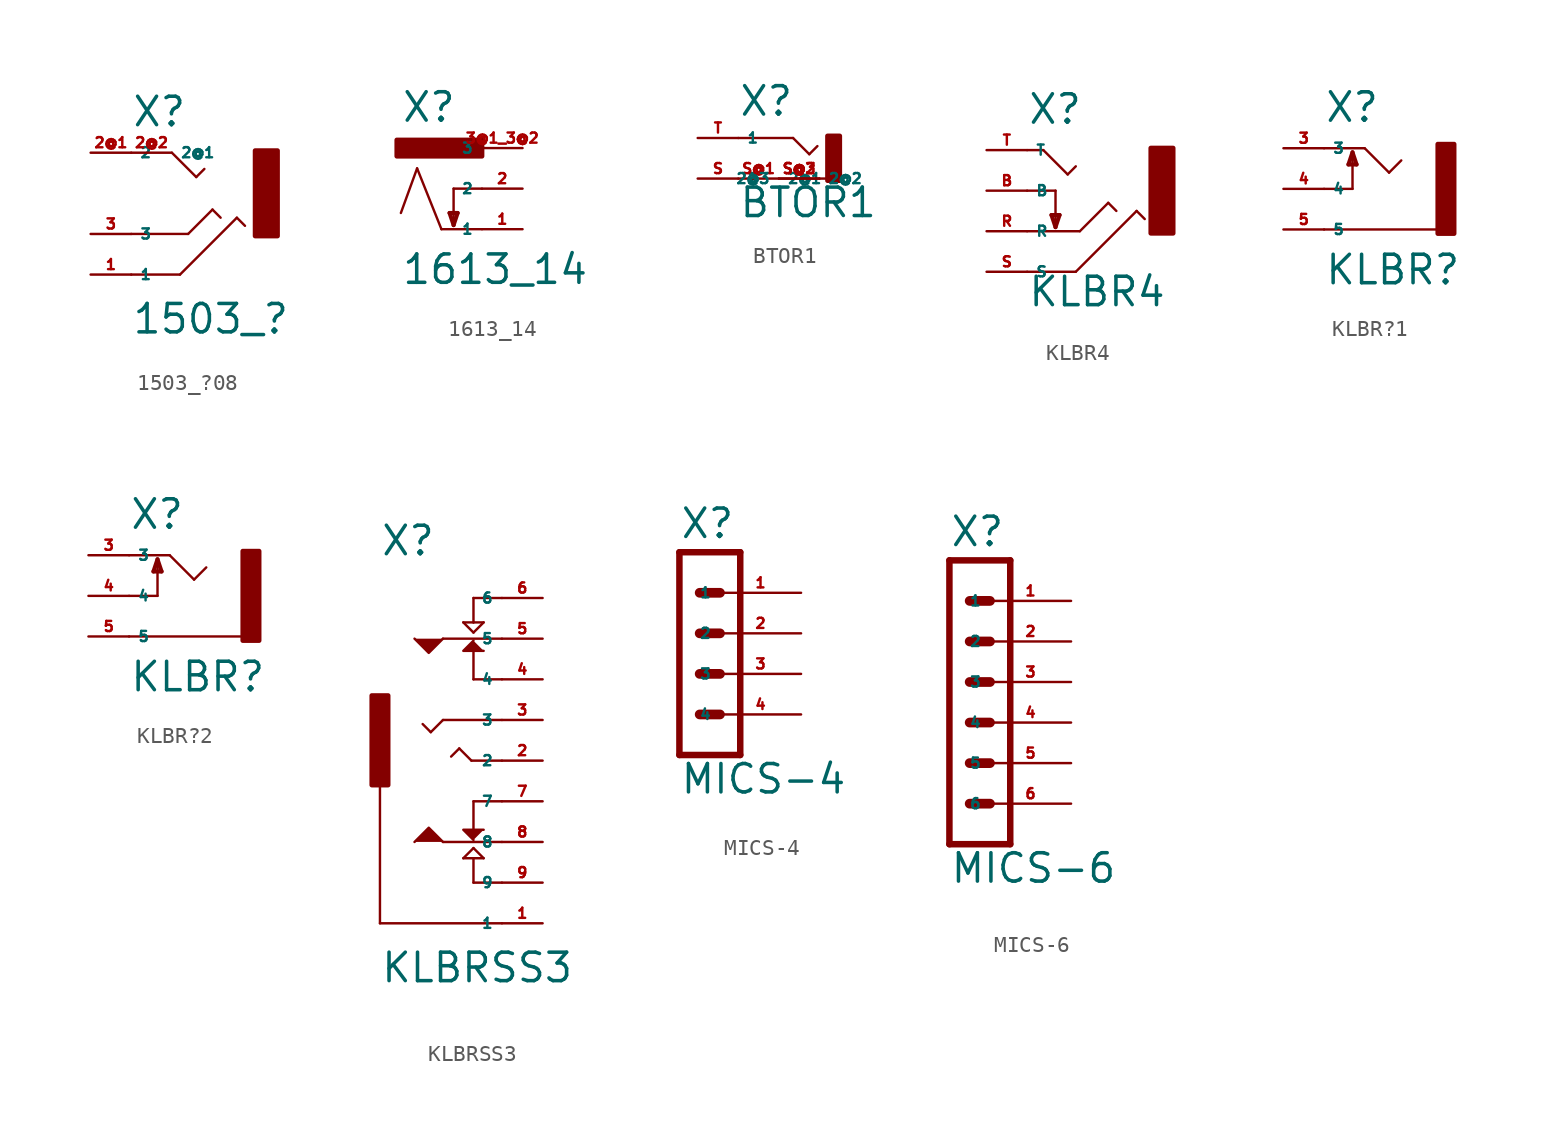
<source format=kicad_sym>
(kicad_symbol_lib
  (version 20220914)
  (generator Eagle2Kicad)
  (symbol "1503_?08"
    (property "Reference" "X"
      (at -2.54 4.064 0)
      (effects (font (size 1.778 1.778) (thickness 0.22)) (justify left bottom)))
    (property "Value" "1503_?"
      (at -2.54 -8.89 0)
      (effects (font (size 1.778 1.778) (thickness 0.22)) (justify left bottom)))
    (polyline
      (pts (xy 0 2.54) (xy 1.524 1.016))
      (stroke (width 0.152) (type default))
      (fill (type none)))
    (polyline
      (pts (xy 1.524 1.016) (xy 2.032 1.524))
      (stroke (width 0.152) (type default))
      (fill (type none)))
    (polyline
      (pts (xy -2.54 -5.08) (xy 0.508 -5.08))
      (stroke (width 0.152) (type default))
      (fill (type none)))
    (polyline
      (pts (xy 0.508 -5.08) (xy 4.064 -1.524))
      (stroke (width 0.152) (type default))
      (fill (type none)))
    (polyline
      (pts (xy 4.064 -1.524) (xy 4.572 -2.032))
      (stroke (width 0.152) (type default))
      (fill (type none)))
    (polyline
      (pts (xy -2.54 -2.54) (xy 1.016 -2.54))
      (stroke (width 0.152) (type default))
      (fill (type none)))
    (polyline
      (pts (xy 1.016 -2.54) (xy 2.54 -1.016))
      (stroke (width 0.152) (type default))
      (fill (type none)))
    (polyline
      (pts (xy 2.54 -1.016) (xy 3.048 -1.524))
      (stroke (width 0.152) (type default))
      (fill (type none)))
    (rectangle
      (start 5.207 -2.667)
      (end 6.604 2.667)
      (stroke (width 0.3) (type default))
      (fill (type outline)))
    (pin passive line
      (at -5.08 -5.08 0)
      (length 2.54)
      (name "1" (effects (font (size 0.635 0.635) (thickness 0.08)) (justify left bottom)))
      (number "1" (effects (font (size 0.635 0.635) (thickness 0.08)) (justify left bottom))))
    (pin passive line
      (at -5.08 2.54 0)
      (length 2.54)
      (name "2" (effects (font (size 0.635 0.635) (thickness 0.08)) (justify left bottom)))
      (number "2@1" (effects (font (size 0.635 0.635) (thickness 0.08)) (justify left bottom))))
    (pin passive line
      (at -5.08 -2.54 0)
      (length 2.54)
      (name "3" (effects (font (size 0.635 0.635) (thickness 0.08)) (justify left bottom)))
      (number "3" (effects (font (size 0.635 0.635) (thickness 0.08)) (justify left bottom))))
    (pin passive line
      (at -2.54 2.54 0)
      (length 2.54)
      (name "2@1" (effects (font (size 0.635 0.635) (thickness 0.08)) (justify left bottom)))
      (number "2@2" (effects (font (size 0.635 0.635) (thickness 0.08)) (justify left bottom)))))
  (symbol "1613_14"
    (property "Reference" "X"
      (at -2.54 4.064 0)
      (effects (font (size 1.778 1.778) (thickness 0.22)) (justify left bottom)))
    (property "Value" "1613_14"
      (at -2.54 -6.096 0)
      (effects (font (size 1.778 1.778) (thickness 0.22)) (justify left bottom)))
    (polyline
      (pts (xy 2.54 -2.54) (xy 0 -2.54))
      (stroke (width 0.152) (type default))
      (fill (type none)))
    (polyline
      (pts (xy 0 -2.54) (xy -1.524 1.27))
      (stroke (width 0.152) (type default))
      (fill (type none)))
    (polyline
      (pts (xy -1.524 1.27) (xy -2.54 -1.524))
      (stroke (width 0.152) (type default))
      (fill (type none)))
    (polyline
      (pts (xy 2.54 0) (xy 0.762 0))
      (stroke (width 0.152) (type default))
      (fill (type none)))
    (polyline
      (pts (xy 0.762 0) (xy 0.762 -2.286))
      (stroke (width 0.152) (type default))
      (fill (type none)))
    (polyline
      (pts (xy 0.762 -2.286) (xy 1.016 -1.524))
      (stroke (width 0.254) (type default))
      (fill (type none)))
    (polyline
      (pts (xy 1.016 -1.524) (xy 0.508 -1.524))
      (stroke (width 0.254) (type default))
      (fill (type none)))
    (polyline
      (pts (xy 0.508 -1.524) (xy 0.762 -2.286))
      (stroke (width 0.254) (type default))
      (fill (type none)))
    (rectangle
      (start -2.794 2.032)
      (end 2.54 3.048)
      (stroke (width 0.3) (type default))
      (fill (type outline)))
    (pin passive line
      (at 5.08 2.54 180)
      (length 2.54)
      (name "3" (effects (font (size 0.635 0.635) (thickness 0.08)) (justify left bottom)))
      (number "3@1 3@2" (effects (font (size 0.635 0.635) (thickness 0.08)) (justify left bottom))))
    (pin passive line
      (at 5.08 -2.54 180)
      (length 2.54)
      (name "1" (effects (font (size 0.635 0.635) (thickness 0.08)) (justify left bottom)))
      (number "1" (effects (font (size 0.635 0.635) (thickness 0.08)) (justify left bottom))))
    (pin passive line
      (at 5.08 0 180)
      (length 2.54)
      (name "2" (effects (font (size 0.635 0.635) (thickness 0.08)) (justify left bottom)))
      (number "2" (effects (font (size 0.635 0.635) (thickness 0.08)) (justify left bottom)))))
  (symbol "BTOR1"
    (property "Reference" "X"
      (at 0 1.27 0)
      (effects (font (size 1.778 1.778) (thickness 0.22)) (justify left bottom)))
    (property "Value" "BTOR1"
      (at 0 -5.08 0)
      (effects (font (size 1.778 1.778) (thickness 0.22)) (justify left bottom)))
    (polyline
      (pts (xy 0 0) (xy 3.429 0))
      (stroke (width 0.152) (type default))
      (fill (type none)))
    (polyline
      (pts (xy 3.429 0) (xy 4.445 -1.016))
      (stroke (width 0.152) (type default))
      (fill (type none)))
    (polyline
      (pts (xy 4.445 -1.016) (xy 4.953 -0.508))
      (stroke (width 0.152) (type default))
      (fill (type none)))
    (polyline
      (pts (xy 5.08 -2.54) (xy 6.223 -2.54))
      (stroke (width 0.152) (type default))
      (fill (type none)))
    (rectangle
      (start 5.588 -2.667)
      (end 6.35 0.127)
      (stroke (width 0.3) (type default))
      (fill (type outline)))
    (pin passive line
      (at -2.54 0 0)
      (length 2.54)
      (name "1" (effects (font (size 0.635 0.635) (thickness 0.08)) (justify left bottom)))
      (number "T" (effects (font (size 0.635 0.635) (thickness 0.08)) (justify left bottom))))
    (pin passive line
      (at -2.54 -2.54 0)
      (length 2.54)
      (name "2" (effects (font (size 0.635 0.635) (thickness 0.08)) (justify left bottom)))
      (number "S" (effects (font (size 0.635 0.635) (thickness 0.08)) (justify left bottom))))
    (pin passive line
      (at 0 -2.54 0)
      (length 2.54)
      (name "2@1" (effects (font (size 0.635 0.635) (thickness 0.08)) (justify left bottom)))
      (number "S@1" (effects (font (size 0.635 0.635) (thickness 0.08)) (justify left bottom))))
    (pin passive line
      (at 2.54 -2.54 0)
      (length 2.54)
      (name "2@2" (effects (font (size 0.635 0.635) (thickness 0.08)) (justify left bottom)))
      (number "S@2" (effects (font (size 0.635 0.635) (thickness 0.08)) (justify left bottom))))
    (pin passive line
      (at 5.08 -2.54 180)
      (length 2.54)
      (name "2@3" (effects (font (size 0.635 0.635) (thickness 0.08)) (justify left bottom)))
      (number "S@3" (effects (font (size 0.635 0.635) (thickness 0.08)) (justify left bottom)))))
  (symbol "KLBR4"
    (property "Reference" "X"
      (at -2.54 4.064 0)
      (effects (font (size 1.778 1.778) (thickness 0.22)) (justify left bottom)))
    (property "Value" "KLBR4"
      (at -2.54 -7.366 0)
      (effects (font (size 1.778 1.778) (thickness 0.22)) (justify left bottom)))
    (polyline
      (pts (xy -2.54 2.54) (xy -1.524 2.54))
      (stroke (width 0.152) (type default))
      (fill (type none)))
    (polyline
      (pts (xy -1.524 2.54) (xy 0 1.016))
      (stroke (width 0.152) (type default))
      (fill (type none)))
    (polyline
      (pts (xy 0 1.016) (xy 0.508 1.524))
      (stroke (width 0.152) (type default))
      (fill (type none)))
    (polyline
      (pts (xy -2.54 -5.08) (xy 0.508 -5.08))
      (stroke (width 0.152) (type default))
      (fill (type none)))
    (polyline
      (pts (xy 0.508 -5.08) (xy 4.318 -1.27))
      (stroke (width 0.152) (type default))
      (fill (type none)))
    (polyline
      (pts (xy 4.318 -1.27) (xy 4.826 -1.778))
      (stroke (width 0.152) (type default))
      (fill (type none)))
    (polyline
      (pts (xy -2.54 -2.54) (xy 0.762 -2.54))
      (stroke (width 0.152) (type default))
      (fill (type none)))
    (polyline
      (pts (xy 0.762 -2.54) (xy 2.54 -0.762))
      (stroke (width 0.152) (type default))
      (fill (type none)))
    (polyline
      (pts (xy 2.54 -0.762) (xy 3.048 -1.27))
      (stroke (width 0.152) (type default))
      (fill (type none)))
    (polyline
      (pts (xy -2.54 0) (xy -0.762 0))
      (stroke (width 0.152) (type default))
      (fill (type none)))
    (polyline
      (pts (xy -0.762 0) (xy -0.762 -2.286))
      (stroke (width 0.152) (type default))
      (fill (type none)))
    (polyline
      (pts (xy -0.762 -2.286) (xy -1.016 -1.524))
      (stroke (width 0.254) (type default))
      (fill (type none)))
    (polyline
      (pts (xy -1.016 -1.524) (xy -0.508 -1.524))
      (stroke (width 0.254) (type default))
      (fill (type none)))
    (polyline
      (pts (xy -0.508 -1.524) (xy -0.762 -2.286))
      (stroke (width 0.254) (type default))
      (fill (type none)))
    (rectangle
      (start 5.207 -2.667)
      (end 6.604 2.667)
      (stroke (width 0.3) (type default))
      (fill (type outline)))
    (pin passive line
      (at -5.08 -5.08 0)
      (length 2.54)
      (name "S" (effects (font (size 0.635 0.635) (thickness 0.08)) (justify left bottom)))
      (number "S" (effects (font (size 0.635 0.635) (thickness 0.08)) (justify left bottom))))
    (pin passive line
      (at -5.08 2.54 0)
      (length 2.54)
      (name "T" (effects (font (size 0.635 0.635) (thickness 0.08)) (justify left bottom)))
      (number "T" (effects (font (size 0.635 0.635) (thickness 0.08)) (justify left bottom))))
    (pin passive line
      (at -5.08 -2.54 0)
      (length 2.54)
      (name "R" (effects (font (size 0.635 0.635) (thickness 0.08)) (justify left bottom)))
      (number "R" (effects (font (size 0.635 0.635) (thickness 0.08)) (justify left bottom))))
    (pin passive line
      (at -5.08 0 0)
      (length 2.54)
      (name "B" (effects (font (size 0.635 0.635) (thickness 0.08)) (justify left bottom)))
      (number "B" (effects (font (size 0.635 0.635) (thickness 0.08)) (justify left bottom)))))
  (symbol "KLBR?1"
    (property "Reference" "X"
      (at -2.54 4.064 0)
      (effects (font (size 1.778 1.778) (thickness 0.22)) (justify left bottom)))
    (property "Value" "KLBR?"
      (at -2.54 -6.096 0)
      (effects (font (size 1.778 1.778) (thickness 0.22)) (justify left bottom)))
    (polyline
      (pts (xy -2.54 2.54) (xy 0 2.54))
      (stroke (width 0.152) (type default))
      (fill (type none)))
    (polyline
      (pts (xy 0 2.54) (xy 1.524 1.016))
      (stroke (width 0.152) (type default))
      (fill (type none)))
    (polyline
      (pts (xy 1.524 1.016) (xy 2.286 1.778))
      (stroke (width 0.152) (type default))
      (fill (type none)))
    (polyline
      (pts (xy -2.54 0) (xy -0.762 0))
      (stroke (width 0.152) (type default))
      (fill (type none)))
    (polyline
      (pts (xy -0.762 0) (xy -0.762 2.286))
      (stroke (width 0.152) (type default))
      (fill (type none)))
    (polyline
      (pts (xy -0.762 2.286) (xy -1.016 1.524))
      (stroke (width 0.254) (type default))
      (fill (type none)))
    (polyline
      (pts (xy -1.016 1.524) (xy -0.508 1.524))
      (stroke (width 0.254) (type default))
      (fill (type none)))
    (polyline
      (pts (xy -0.508 1.524) (xy -0.762 2.286))
      (stroke (width 0.254) (type default))
      (fill (type none)))
    (polyline
      (pts (xy -2.54 -2.54) (xy 4.572 -2.54))
      (stroke (width 0.152) (type default))
      (fill (type none)))
    (rectangle
      (start 4.572 2.794)
      (end 5.588 -2.794)
      (stroke (width 0.3) (type default))
      (fill (type outline)))
    (pin passive line
      (at -5.08 -2.54 0)
      (length 2.54)
      (name "5" (effects (font (size 0.635 0.635) (thickness 0.08)) (justify left bottom)))
      (number "5" (effects (font (size 0.635 0.635) (thickness 0.08)) (justify left bottom))))
    (pin passive line
      (at -5.08 2.54 0)
      (length 2.54)
      (name "3" (effects (font (size 0.635 0.635) (thickness 0.08)) (justify left bottom)))
      (number "3" (effects (font (size 0.635 0.635) (thickness 0.08)) (justify left bottom))))
    (pin passive line
      (at -5.08 0 0)
      (length 2.54)
      (name "4" (effects (font (size 0.635 0.635) (thickness 0.08)) (justify left bottom)))
      (number "4" (effects (font (size 0.635 0.635) (thickness 0.08)) (justify left bottom)))))
  (symbol "KLBR?2"
    (property "Reference" "X"
      (at -2.54 4.064 0)
      (effects (font (size 1.778 1.778) (thickness 0.22)) (justify left bottom)))
    (property "Value" "KLBR?"
      (at -2.54 -6.096 0)
      (effects (font (size 1.778 1.778) (thickness 0.22)) (justify left bottom)))
    (polyline
      (pts (xy -2.54 2.54) (xy 0 2.54))
      (stroke (width 0.152) (type default))
      (fill (type none)))
    (polyline
      (pts (xy 0 2.54) (xy 1.524 1.016))
      (stroke (width 0.152) (type default))
      (fill (type none)))
    (polyline
      (pts (xy 1.524 1.016) (xy 2.286 1.778))
      (stroke (width 0.152) (type default))
      (fill (type none)))
    (polyline
      (pts (xy -2.54 0) (xy -0.762 0))
      (stroke (width 0.152) (type default))
      (fill (type none)))
    (polyline
      (pts (xy -0.762 0) (xy -0.762 2.286))
      (stroke (width 0.152) (type default))
      (fill (type none)))
    (polyline
      (pts (xy -0.762 2.286) (xy -1.016 1.524))
      (stroke (width 0.254) (type default))
      (fill (type none)))
    (polyline
      (pts (xy -1.016 1.524) (xy -0.508 1.524))
      (stroke (width 0.254) (type default))
      (fill (type none)))
    (polyline
      (pts (xy -0.508 1.524) (xy -0.762 2.286))
      (stroke (width 0.254) (type default))
      (fill (type none)))
    (polyline
      (pts (xy -2.54 -2.54) (xy 4.572 -2.54))
      (stroke (width 0.152) (type default))
      (fill (type none)))
    (rectangle
      (start 4.572 2.794)
      (end 5.588 -2.794)
      (stroke (width 0.3) (type default))
      (fill (type outline)))
    (pin passive line
      (at -5.08 -2.54 0)
      (length 2.54)
      (name "5" (effects (font (size 0.635 0.635) (thickness 0.08)) (justify left bottom)))
      (number "5" (effects (font (size 0.635 0.635) (thickness 0.08)) (justify left bottom))))
    (pin passive line
      (at -5.08 2.54 0)
      (length 2.54)
      (name "3" (effects (font (size 0.635 0.635) (thickness 0.08)) (justify left bottom)))
      (number "3" (effects (font (size 0.635 0.635) (thickness 0.08)) (justify left bottom))))
    (pin passive line
      (at -5.08 0 0)
      (length 2.54)
      (name "4" (effects (font (size 0.635 0.635) (thickness 0.08)) (justify left bottom)))
      (number "4" (effects (font (size 0.635 0.635) (thickness 0.08)) (justify left bottom)))))
  (symbol "KLBRSS3"
    (property "Reference" "X"
      (at -5.08 12.7 0)
      (effects (font (size 1.778 1.778) (thickness 0.22)) (justify left bottom)))
    (property "Value" "KLBRSS3"
      (at -5.08 -13.97 0)
      (effects (font (size 1.778 1.778) (thickness 0.22)) (justify left bottom)))
    (polyline
      (pts (xy 0.762 7.493) (xy 0.127 6.858) (xy 1.397 6.858))
      (stroke (width 0.152) (type default))
      (fill (type outline)))
    (polyline
      (pts (xy -1.143 7.62) (xy -2.032 6.731) (xy -2.921 7.62))
      (stroke (width 0.152) (type default))
      (fill (type outline)))
    (polyline
      (pts (xy 0.762 -4.953) (xy 0.127 -4.318) (xy 1.397 -4.318))
      (stroke (width 0.152) (type default))
      (fill (type outline)))
    (polyline
      (pts (xy -1.143 -5.08) (xy -2.032 -4.191) (xy -2.921 -5.08))
      (stroke (width 0.152) (type default))
      (fill (type outline)))
    (polyline
      (pts (xy 2.54 7.62) (xy -1.143 7.62))
      (stroke (width 0.152) (type default))
      (fill (type none)))
    (polyline
      (pts (xy 2.54 5.08) (xy 0.762 5.08))
      (stroke (width 0.152) (type default))
      (fill (type none)))
    (polyline
      (pts (xy 0.762 5.08) (xy 0.762 6.858))
      (stroke (width 0.152) (type default))
      (fill (type none)))
    (polyline
      (pts (xy 2.54 -10.16) (xy -5.08 -10.16))
      (stroke (width 0.152) (type default))
      (fill (type none)))
    (polyline
      (pts (xy -5.08 -10.16) (xy -5.08 -1.27))
      (stroke (width 0.152) (type default))
      (fill (type none)))
    (polyline
      (pts (xy 0.762 8.001) (xy 0.127 8.636))
      (stroke (width 0.152) (type default))
      (fill (type none)))
    (polyline
      (pts (xy 0.127 8.636) (xy 0.762 8.636))
      (stroke (width 0.152) (type default))
      (fill (type none)))
    (polyline
      (pts (xy 0.762 8.636) (xy 1.397 8.636))
      (stroke (width 0.152) (type default))
      (fill (type none)))
    (polyline
      (pts (xy 1.397 8.636) (xy 0.762 8.001))
      (stroke (width 0.152) (type default))
      (fill (type none)))
    (polyline
      (pts (xy 0.762 8.636) (xy 0.762 10.16))
      (stroke (width 0.152) (type default))
      (fill (type none)))
    (polyline
      (pts (xy 0.762 10.16) (xy 2.54 10.16))
      (stroke (width 0.152) (type default))
      (fill (type none)))
    (polyline
      (pts (xy 2.54 -5.08) (xy -1.143 -5.08))
      (stroke (width 0.152) (type default))
      (fill (type none)))
    (polyline
      (pts (xy 2.54 -2.54) (xy 0.762 -2.54))
      (stroke (width 0.152) (type default))
      (fill (type none)))
    (polyline
      (pts (xy 0.762 -2.54) (xy 0.762 -4.318))
      (stroke (width 0.152) (type default))
      (fill (type none)))
    (polyline
      (pts (xy 0.762 -5.461) (xy 0.127 -6.096))
      (stroke (width 0.152) (type default))
      (fill (type none)))
    (polyline
      (pts (xy 0.127 -6.096) (xy 0.762 -6.096))
      (stroke (width 0.152) (type default))
      (fill (type none)))
    (polyline
      (pts (xy 0.762 -6.096) (xy 1.397 -6.096))
      (stroke (width 0.152) (type default))
      (fill (type none)))
    (polyline
      (pts (xy 1.397 -6.096) (xy 0.762 -5.461))
      (stroke (width 0.152) (type default))
      (fill (type none)))
    (polyline
      (pts (xy 0.762 -6.096) (xy 0.762 -7.62))
      (stroke (width 0.152) (type default))
      (fill (type none)))
    (polyline
      (pts (xy 0.762 -7.62) (xy 2.54 -7.62))
      (stroke (width 0.152) (type default))
      (fill (type none)))
    (polyline
      (pts (xy 2.54 2.54) (xy -1.143 2.54))
      (stroke (width 0.152) (type default))
      (fill (type none)))
    (polyline
      (pts (xy -1.143 2.54) (xy -1.905 1.778))
      (stroke (width 0.152) (type default))
      (fill (type none)))
    (polyline
      (pts (xy -1.905 1.778) (xy -2.413 2.286))
      (stroke (width 0.152) (type default))
      (fill (type none)))
    (polyline
      (pts (xy 2.54 0) (xy 0.635 0))
      (stroke (width 0.152) (type default))
      (fill (type none)))
    (polyline
      (pts (xy 0.635 0) (xy -0.127 0.762))
      (stroke (width 0.152) (type default))
      (fill (type none)))
    (polyline
      (pts (xy -0.127 0.762) (xy -0.635 0.254))
      (stroke (width 0.152) (type default))
      (fill (type none)))
    (rectangle
      (start -5.588 4.064)
      (end -4.572 -1.524)
      (stroke (width 0.3) (type default))
      (fill (type outline)))
    (pin passive line
      (at 5.08 -10.16 180)
      (length 2.54)
      (name "1" (effects (font (size 0.635 0.635) (thickness 0.08)) (justify left bottom)))
      (number "1" (effects (font (size 0.635 0.635) (thickness 0.08)) (justify left bottom))))
    (pin passive line
      (at 5.08 7.62 180)
      (length 2.54)
      (name "5" (effects (font (size 0.635 0.635) (thickness 0.08)) (justify left bottom)))
      (number "5" (effects (font (size 0.635 0.635) (thickness 0.08)) (justify left bottom))))
    (pin passive line
      (at 5.08 5.08 180)
      (length 2.54)
      (name "4" (effects (font (size 0.635 0.635) (thickness 0.08)) (justify left bottom)))
      (number "4" (effects (font (size 0.635 0.635) (thickness 0.08)) (justify left bottom))))
    (pin passive line
      (at 5.08 10.16 180)
      (length 2.54)
      (name "6" (effects (font (size 0.635 0.635) (thickness 0.08)) (justify left bottom)))
      (number "6" (effects (font (size 0.635 0.635) (thickness 0.08)) (justify left bottom))))
    (pin passive line
      (at 5.08 -5.08 180)
      (length 2.54)
      (name "8" (effects (font (size 0.635 0.635) (thickness 0.08)) (justify left bottom)))
      (number "8" (effects (font (size 0.635 0.635) (thickness 0.08)) (justify left bottom))))
    (pin passive line
      (at 5.08 -2.54 180)
      (length 2.54)
      (name "7" (effects (font (size 0.635 0.635) (thickness 0.08)) (justify left bottom)))
      (number "7" (effects (font (size 0.635 0.635) (thickness 0.08)) (justify left bottom))))
    (pin passive line
      (at 5.08 -7.62 180)
      (length 2.54)
      (name "9" (effects (font (size 0.635 0.635) (thickness 0.08)) (justify left bottom)))
      (number "9" (effects (font (size 0.635 0.635) (thickness 0.08)) (justify left bottom))))
    (pin passive line
      (at 5.08 2.54 180)
      (length 2.54)
      (name "3" (effects (font (size 0.635 0.635) (thickness 0.08)) (justify left bottom)))
      (number "3" (effects (font (size 0.635 0.635) (thickness 0.08)) (justify left bottom))))
    (pin passive line
      (at 5.08 0 180)
      (length 2.54)
      (name "2" (effects (font (size 0.635 0.635) (thickness 0.08)) (justify left bottom)))
      (number "2" (effects (font (size 0.635 0.635) (thickness 0.08)) (justify left bottom)))))
  (symbol "MICS-4"
    (property "Reference" "X"
      (at -2.54 8.382 0)
      (effects (font (size 1.778 1.778) (thickness 0.22)) (justify left bottom)))
    (property "Value" "MICS-4"
      (at -2.54 -7.62 0)
      (effects (font (size 1.778 1.778) (thickness 0.22)) (justify left bottom)))
    (polyline
      (pts (xy 1.27 -5.08) (xy -2.54 -5.08))
      (stroke (width 0.406) (type default))
      (fill (type none)))
    (polyline
      (pts (xy -1.27 2.54) (xy 0 2.54))
      (stroke (width 0.61) (type default))
      (fill (type none)))
    (polyline
      (pts (xy -1.27 0) (xy 0 0))
      (stroke (width 0.61) (type default))
      (fill (type none)))
    (polyline
      (pts (xy -1.27 -2.54) (xy 0 -2.54))
      (stroke (width 0.61) (type default))
      (fill (type none)))
    (polyline
      (pts (xy -2.54 7.62) (xy -2.54 -5.08))
      (stroke (width 0.406) (type default))
      (fill (type none)))
    (polyline
      (pts (xy 1.27 -5.08) (xy 1.27 7.62))
      (stroke (width 0.406) (type default))
      (fill (type none)))
    (polyline
      (pts (xy -2.54 7.62) (xy 1.27 7.62))
      (stroke (width 0.406) (type default))
      (fill (type none)))
    (polyline
      (pts (xy -1.27 5.08) (xy 0 5.08))
      (stroke (width 0.61) (type default))
      (fill (type none)))
    (pin passive line
      (at 5.08 5.08 180)
      (length 5.08)
      (name "1" (effects (font (size 0.635 0.635) (thickness 0.08)) (justify left bottom)))
      (number "1" (effects (font (size 0.635 0.635) (thickness 0.08)) (justify left bottom))))
    (pin passive line
      (at 5.08 2.54 180)
      (length 5.08)
      (name "2" (effects (font (size 0.635 0.635) (thickness 0.08)) (justify left bottom)))
      (number "2" (effects (font (size 0.635 0.635) (thickness 0.08)) (justify left bottom))))
    (pin passive line
      (at 5.08 0 180)
      (length 5.08)
      (name "3" (effects (font (size 0.635 0.635) (thickness 0.08)) (justify left bottom)))
      (number "3" (effects (font (size 0.635 0.635) (thickness 0.08)) (justify left bottom))))
    (pin passive line
      (at 5.08 -2.54 180)
      (length 5.08)
      (name "4" (effects (font (size 0.635 0.635) (thickness 0.08)) (justify left bottom)))
      (number "4" (effects (font (size 0.635 0.635) (thickness 0.08)) (justify left bottom)))))
  (symbol "MICS-6"
    (property "Reference" "X"
      (at -2.54 8.382 0)
      (effects (font (size 1.778 1.778) (thickness 0.22)) (justify left bottom)))
    (property "Value" "MICS-6"
      (at -2.54 -12.7 0)
      (effects (font (size 1.778 1.778) (thickness 0.22)) (justify left bottom)))
    (polyline
      (pts (xy 1.27 -10.16) (xy -2.54 -10.16))
      (stroke (width 0.406) (type default))
      (fill (type none)))
    (polyline
      (pts (xy -1.27 2.54) (xy 0 2.54))
      (stroke (width 0.61) (type default))
      (fill (type none)))
    (polyline
      (pts (xy -1.27 0) (xy 0 0))
      (stroke (width 0.61) (type default))
      (fill (type none)))
    (polyline
      (pts (xy -1.27 -2.54) (xy 0 -2.54))
      (stroke (width 0.61) (type default))
      (fill (type none)))
    (polyline
      (pts (xy -2.54 7.62) (xy -2.54 -10.16))
      (stroke (width 0.406) (type default))
      (fill (type none)))
    (polyline
      (pts (xy 1.27 -10.16) (xy 1.27 7.62))
      (stroke (width 0.406) (type default))
      (fill (type none)))
    (polyline
      (pts (xy -2.54 7.62) (xy 1.27 7.62))
      (stroke (width 0.406) (type default))
      (fill (type none)))
    (polyline
      (pts (xy -1.27 5.08) (xy 0 5.08))
      (stroke (width 0.61) (type default))
      (fill (type none)))
    (polyline
      (pts (xy -1.27 -5.08) (xy 0 -5.08))
      (stroke (width 0.61) (type default))
      (fill (type none)))
    (polyline
      (pts (xy -1.27 -7.62) (xy 0 -7.62))
      (stroke (width 0.61) (type default))
      (fill (type none)))
    (pin passive line
      (at 5.08 5.08 180)
      (length 5.08)
      (name "1" (effects (font (size 0.635 0.635) (thickness 0.08)) (justify left bottom)))
      (number "1" (effects (font (size 0.635 0.635) (thickness 0.08)) (justify left bottom))))
    (pin passive line
      (at 5.08 2.54 180)
      (length 5.08)
      (name "2" (effects (font (size 0.635 0.635) (thickness 0.08)) (justify left bottom)))
      (number "2" (effects (font (size 0.635 0.635) (thickness 0.08)) (justify left bottom))))
    (pin passive line
      (at 5.08 0 180)
      (length 5.08)
      (name "3" (effects (font (size 0.635 0.635) (thickness 0.08)) (justify left bottom)))
      (number "3" (effects (font (size 0.635 0.635) (thickness 0.08)) (justify left bottom))))
    (pin passive line
      (at 5.08 -2.54 180)
      (length 5.08)
      (name "4" (effects (font (size 0.635 0.635) (thickness 0.08)) (justify left bottom)))
      (number "4" (effects (font (size 0.635 0.635) (thickness 0.08)) (justify left bottom))))
    (pin passive line
      (at 5.08 -5.08 180)
      (length 5.08)
      (name "5" (effects (font (size 0.635 0.635) (thickness 0.08)) (justify left bottom)))
      (number "5" (effects (font (size 0.635 0.635) (thickness 0.08)) (justify left bottom))))
    (pin passive line
      (at 5.08 -7.62 180)
      (length 5.08)
      (name "6" (effects (font (size 0.635 0.635) (thickness 0.08)) (justify left bottom)))
      (number "6" (effects (font (size 0.635 0.635) (thickness 0.08)) (justify left bottom))))))
</source>
